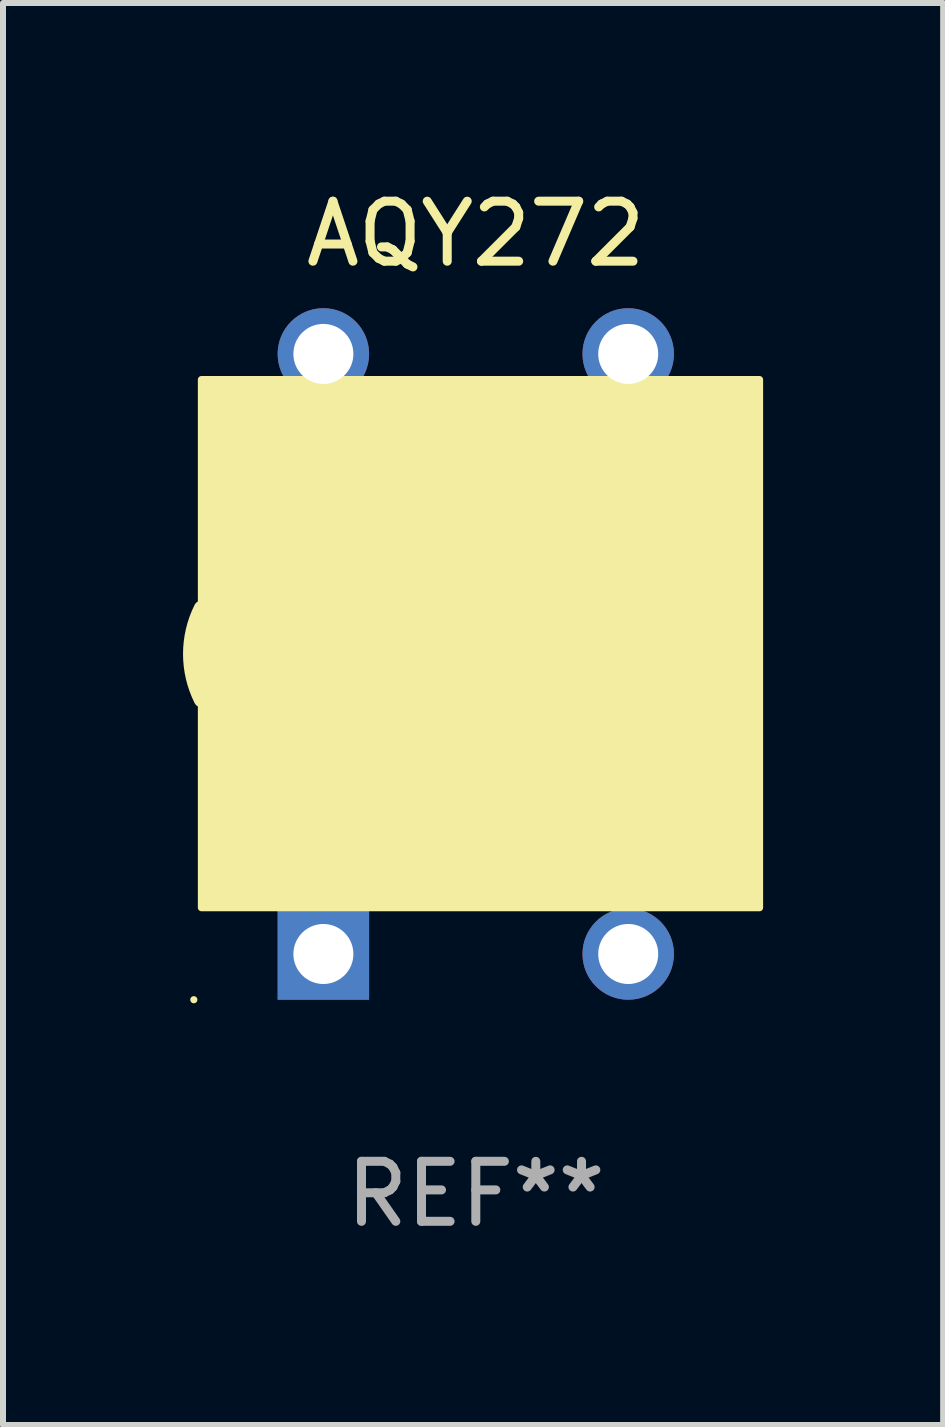
<source format=kicad_pcb>
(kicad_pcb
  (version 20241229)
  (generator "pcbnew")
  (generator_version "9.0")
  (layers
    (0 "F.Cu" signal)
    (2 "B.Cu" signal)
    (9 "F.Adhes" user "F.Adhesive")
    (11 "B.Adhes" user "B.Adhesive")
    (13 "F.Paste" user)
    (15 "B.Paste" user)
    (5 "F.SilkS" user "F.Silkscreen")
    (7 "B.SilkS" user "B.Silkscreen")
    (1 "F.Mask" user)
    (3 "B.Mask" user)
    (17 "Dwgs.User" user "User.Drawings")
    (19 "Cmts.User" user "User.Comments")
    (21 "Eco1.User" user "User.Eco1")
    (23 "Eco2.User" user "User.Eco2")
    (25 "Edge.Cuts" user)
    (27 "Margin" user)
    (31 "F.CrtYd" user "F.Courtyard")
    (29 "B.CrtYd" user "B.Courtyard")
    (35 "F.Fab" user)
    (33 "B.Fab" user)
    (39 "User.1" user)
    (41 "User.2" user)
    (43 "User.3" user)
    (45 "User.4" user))
  (footprint "AQY272"
    (layer "F.Cu")
    (at 4.879 7.848)
    (property "Reference" "AQY272" (at 0 -7 0) (layer "F.SilkS") (effects (font (size 1 1) (thickness 0.15))))
    (attr through_hole)
    (fp_arc (start -4.572009 0.762001) (mid -4.751893 0) (end -4.572009 -0.762002) (stroke (width 0.254001) (type solid)) (layer "F.SilkS"))
    (fp_circle (center -4.699 5.762) (end -4.669 5.762) (stroke (width 0.06) (type solid)) (fill no) (layer "F.SilkS"))
    (fp_circle (center -2.667 3.429) (end -2.487 3.429) (stroke (width 0.4) (type solid)) (fill no) (layer "F.SilkS"))
    (fp_poly (pts (xy -4.572 -4.572) (xy 4.728 -4.572) (xy 4.728 4.228) (xy -4.572 4.228)) (stroke (width 0.12) (type solid)) (fill yes) (layer "F.SilkS"))
    (fp_text user "REF**" (at 0 9 0) (layer "F.Fab") (effects (font (size 1 1) (thickness 0.15))))
    (pad "1" thru_hole rect (at -2.54 5 90) (size 1.524 1.524) (drill 1) (layers "*.Cu" "*.Mask"))
    (pad "2" thru_hole circle (at 2.54 5) (size 1.524 1.524) (drill 1) (layers "*.Cu" "*.Mask"))
    (pad "3" thru_hole circle (at 2.54 -5) (size 1.524 1.524) (drill 1) (layers "*.Cu" "*.Mask"))
    (pad "4" thru_hole circle (at -2.54 -5) (size 1.524 1.524) (drill 1) (layers "*.Cu" "*.Mask")))
  (gr_rect
    (start -3 -3)
    (end 12.667 20.697)
    (stroke (width 0.1) (type default))
    (fill no)
    (layer "Edge.Cuts")))
</source>
